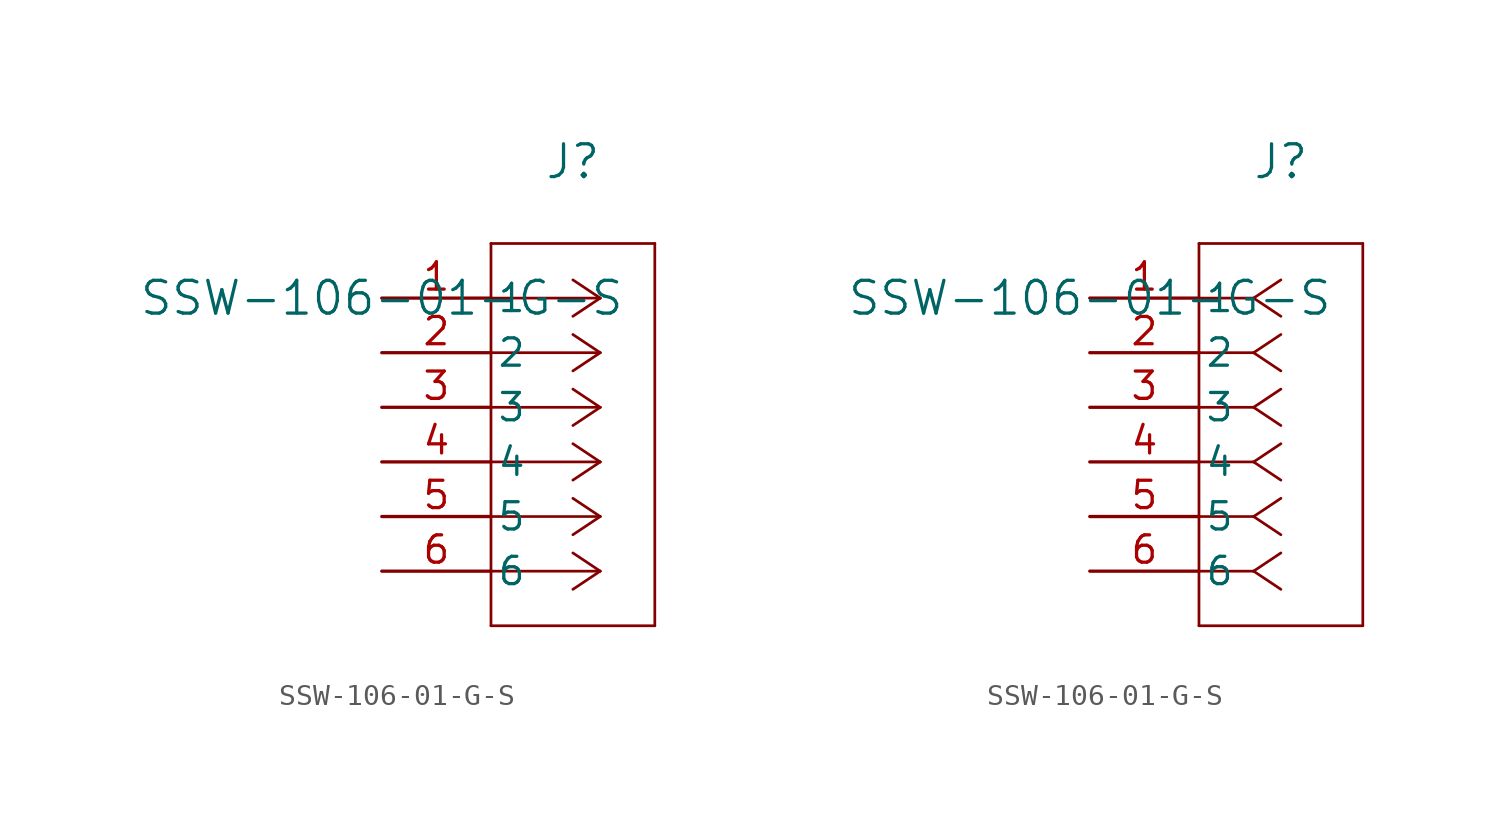
<source format=kicad_sym>
(kicad_symbol_lib
  (version 20211014)
  (generator kicad_symbol_editor)
  (symbol "SSW-106-01-G-S"
    (pin_names
      (offset 0.254))
    (property "Reference" "J"
      (at 8.89 6.35 0)
      (effects (font (size 1.524 1.524))))
    (property "Value" "SSW-106-01-G-S"
      (at 0 0 0)
      (effects (font (size 1.524 1.524))))
    (symbol "SSW-106-01-G-S_1_1"
      (polyline (pts (xy 10.16 0) (xy 5.08 0)) (stroke (width 0.127) (type default) (color 0 0 0 0)) (fill (type none)))
      (polyline (pts (xy 10.16 -2.54) (xy 5.08 -2.54)) (stroke (width 0.127) (type default) (color 0 0 0 0)) (fill (type none)))
      (polyline (pts (xy 10.16 -5.08) (xy 5.08 -5.08)) (stroke (width 0.127) (type default) (color 0 0 0 0)) (fill (type none)))
      (polyline (pts (xy 10.16 -7.62) (xy 5.08 -7.62)) (stroke (width 0.127) (type default) (color 0 0 0 0)) (fill (type none)))
      (polyline (pts (xy 10.16 -10.16) (xy 5.08 -10.16)) (stroke (width 0.127) (type default) (color 0 0 0 0)) (fill (type none)))
      (polyline (pts (xy 10.16 -12.7) (xy 5.08 -12.7)) (stroke (width 0.127) (type default) (color 0 0 0 0)) (fill (type none)))
      (polyline (pts (xy 10.16 0) (xy 8.89 0.847)) (stroke (width 0.127) (type default) (color 0 0 0 0)) (fill (type none)))
      (polyline (pts (xy 10.16 -2.54) (xy 8.89 -1.693)) (stroke (width 0.127) (type default) (color 0 0 0 0)) (fill (type none)))
      (polyline (pts (xy 10.16 -5.08) (xy 8.89 -4.233)) (stroke (width 0.127) (type default) (color 0 0 0 0)) (fill (type none)))
      (polyline (pts (xy 10.16 -7.62) (xy 8.89 -6.773)) (stroke (width 0.127) (type default) (color 0 0 0 0)) (fill (type none)))
      (polyline (pts (xy 10.16 -10.16) (xy 8.89 -9.313)) (stroke (width 0.127) (type default) (color 0 0 0 0)) (fill (type none)))
      (polyline (pts (xy 10.16 -12.7) (xy 8.89 -11.853)) (stroke (width 0.127) (type default) (color 0 0 0 0)) (fill (type none)))
      (polyline (pts (xy 10.16 0) (xy 8.89 -0.847)) (stroke (width 0.127) (type default) (color 0 0 0 0)) (fill (type none)))
      (polyline (pts (xy 10.16 -2.54) (xy 8.89 -3.387)) (stroke (width 0.127) (type default) (color 0 0 0 0)) (fill (type none)))
      (polyline (pts (xy 10.16 -5.08) (xy 8.89 -5.927)) (stroke (width 0.127) (type default) (color 0 0 0 0)) (fill (type none)))
      (polyline (pts (xy 10.16 -7.62) (xy 8.89 -8.467)) (stroke (width 0.127) (type default) (color 0 0 0 0)) (fill (type none)))
      (polyline (pts (xy 10.16 -10.16) (xy 8.89 -11.007)) (stroke (width 0.127) (type default) (color 0 0 0 0)) (fill (type none)))
      (polyline (pts (xy 10.16 -12.7) (xy 8.89 -13.547)) (stroke (width 0.127) (type default) (color 0 0 0 0)) (fill (type none)))
      (polyline (pts (xy 5.08 2.54) (xy 5.08 -15.24)) (stroke (width 0.127) (type default) (color 0 0 0 0)) (fill (type none)))
      (polyline (pts (xy 5.08 -15.24) (xy 12.7 -15.24)) (stroke (width 0.127) (type default) (color 0 0 0 0)) (fill (type none)))
      (polyline (pts (xy 12.7 -15.24) (xy 12.7 2.54)) (stroke (width 0.127) (type default) (color 0 0 0 0)) (fill (type none)))
      (polyline (pts (xy 12.7 2.54) (xy 5.08 2.54)) (stroke (width 0.127) (type default) (color 0 0 0 0)) (fill (type none)))
      (pin unspecified line (at 0 0 0) (length 5.08) (name "1" (effects (font (size 1.27 1.27)))) (number "1" (effects (font (size 1.27 1.27)))))
      (pin unspecified line (at 0 -2.54 0) (length 5.08) (name "2" (effects (font (size 1.27 1.27)))) (number "2" (effects (font (size 1.27 1.27)))))
      (pin unspecified line (at 0 -5.08 0) (length 5.08) (name "3" (effects (font (size 1.27 1.27)))) (number "3" (effects (font (size 1.27 1.27)))))
      (pin unspecified line (at 0 -7.62 0) (length 5.08) (name "4" (effects (font (size 1.27 1.27)))) (number "4" (effects (font (size 1.27 1.27)))))
      (pin unspecified line (at 0 -10.16 0) (length 5.08) (name "5" (effects (font (size 1.27 1.27)))) (number "5" (effects (font (size 1.27 1.27)))))
      (pin unspecified line (at 0 -12.7 0) (length 5.08) (name "6" (effects (font (size 1.27 1.27)))) (number "6" (effects (font (size 1.27 1.27))))))
    (symbol "SSW-106-01-G-S_1_2"
      (polyline (pts (xy 7.62 0) (xy 5.08 0)) (stroke (width 0.127) (type default) (color 0 0 0 0)) (fill (type none)))
      (polyline (pts (xy 7.62 -2.54) (xy 5.08 -2.54)) (stroke (width 0.127) (type default) (color 0 0 0 0)) (fill (type none)))
      (polyline (pts (xy 7.62 -5.08) (xy 5.08 -5.08)) (stroke (width 0.127) (type default) (color 0 0 0 0)) (fill (type none)))
      (polyline (pts (xy 7.62 -7.62) (xy 5.08 -7.62)) (stroke (width 0.127) (type default) (color 0 0 0 0)) (fill (type none)))
      (polyline (pts (xy 7.62 -10.16) (xy 5.08 -10.16)) (stroke (width 0.127) (type default) (color 0 0 0 0)) (fill (type none)))
      (polyline (pts (xy 7.62 -12.7) (xy 5.08 -12.7)) (stroke (width 0.127) (type default) (color 0 0 0 0)) (fill (type none)))
      (polyline (pts (xy 7.62 0) (xy 8.89 0.847)) (stroke (width 0.127) (type default) (color 0 0 0 0)) (fill (type none)))
      (polyline (pts (xy 7.62 -2.54) (xy 8.89 -1.693)) (stroke (width 0.127) (type default) (color 0 0 0 0)) (fill (type none)))
      (polyline (pts (xy 7.62 -5.08) (xy 8.89 -4.233)) (stroke (width 0.127) (type default) (color 0 0 0 0)) (fill (type none)))
      (polyline (pts (xy 7.62 -7.62) (xy 8.89 -6.773)) (stroke (width 0.127) (type default) (color 0 0 0 0)) (fill (type none)))
      (polyline (pts (xy 7.62 -10.16) (xy 8.89 -9.313)) (stroke (width 0.127) (type default) (color 0 0 0 0)) (fill (type none)))
      (polyline (pts (xy 7.62 -12.7) (xy 8.89 -11.853)) (stroke (width 0.127) (type default) (color 0 0 0 0)) (fill (type none)))
      (polyline (pts (xy 7.62 0) (xy 8.89 -0.847)) (stroke (width 0.127) (type default) (color 0 0 0 0)) (fill (type none)))
      (polyline (pts (xy 7.62 -2.54) (xy 8.89 -3.387)) (stroke (width 0.127) (type default) (color 0 0 0 0)) (fill (type none)))
      (polyline (pts (xy 7.62 -5.08) (xy 8.89 -5.927)) (stroke (width 0.127) (type default) (color 0 0 0 0)) (fill (type none)))
      (polyline (pts (xy 7.62 -7.62) (xy 8.89 -8.467)) (stroke (width 0.127) (type default) (color 0 0 0 0)) (fill (type none)))
      (polyline (pts (xy 7.62 -10.16) (xy 8.89 -11.007)) (stroke (width 0.127) (type default) (color 0 0 0 0)) (fill (type none)))
      (polyline (pts (xy 7.62 -12.7) (xy 8.89 -13.547)) (stroke (width 0.127) (type default) (color 0 0 0 0)) (fill (type none)))
      (polyline (pts (xy 5.08 2.54) (xy 5.08 -15.24)) (stroke (width 0.127) (type default) (color 0 0 0 0)) (fill (type none)))
      (polyline (pts (xy 5.08 -15.24) (xy 12.7 -15.24)) (stroke (width 0.127) (type default) (color 0 0 0 0)) (fill (type none)))
      (polyline (pts (xy 12.7 -15.24) (xy 12.7 2.54)) (stroke (width 0.127) (type default) (color 0 0 0 0)) (fill (type none)))
      (polyline (pts (xy 12.7 2.54) (xy 5.08 2.54)) (stroke (width 0.127) (type default) (color 0 0 0 0)) (fill (type none)))
      (pin unspecified line (at 0 0 0) (length 5.08) (name "1" (effects (font (size 1.27 1.27)))) (number "1" (effects (font (size 1.27 1.27)))))
      (pin unspecified line (at 0 -2.54 0) (length 5.08) (name "2" (effects (font (size 1.27 1.27)))) (number "2" (effects (font (size 1.27 1.27)))))
      (pin unspecified line (at 0 -5.08 0) (length 5.08) (name "3" (effects (font (size 1.27 1.27)))) (number "3" (effects (font (size 1.27 1.27)))))
      (pin unspecified line (at 0 -7.62 0) (length 5.08) (name "4" (effects (font (size 1.27 1.27)))) (number "4" (effects (font (size 1.27 1.27)))))
      (pin unspecified line (at 0 -10.16 0) (length 5.08) (name "5" (effects (font (size 1.27 1.27)))) (number "5" (effects (font (size 1.27 1.27)))))
      (pin unspecified line (at 0 -12.7 0) (length 5.08) (name "6" (effects (font (size 1.27 1.27)))) (number "6" (effects (font (size 1.27 1.27))))))))
</source>
